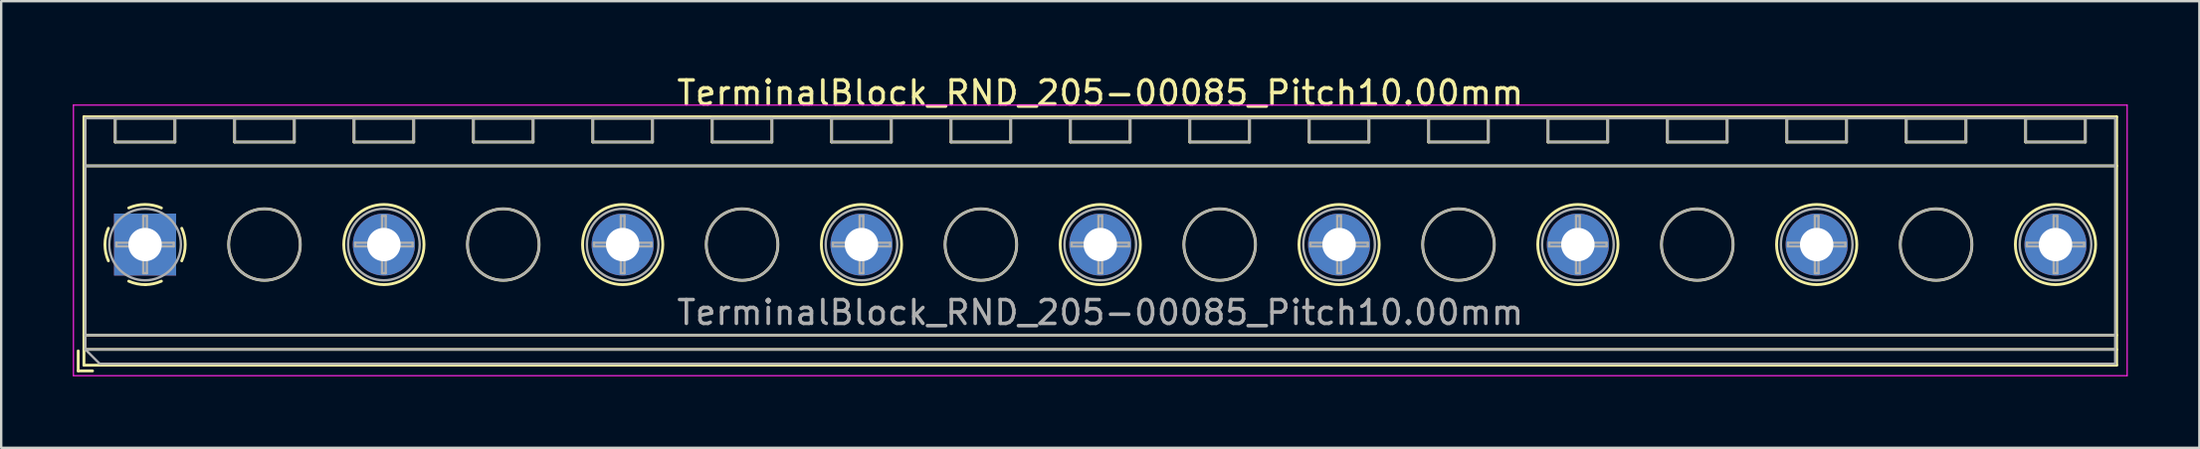
<source format=kicad_pcb>
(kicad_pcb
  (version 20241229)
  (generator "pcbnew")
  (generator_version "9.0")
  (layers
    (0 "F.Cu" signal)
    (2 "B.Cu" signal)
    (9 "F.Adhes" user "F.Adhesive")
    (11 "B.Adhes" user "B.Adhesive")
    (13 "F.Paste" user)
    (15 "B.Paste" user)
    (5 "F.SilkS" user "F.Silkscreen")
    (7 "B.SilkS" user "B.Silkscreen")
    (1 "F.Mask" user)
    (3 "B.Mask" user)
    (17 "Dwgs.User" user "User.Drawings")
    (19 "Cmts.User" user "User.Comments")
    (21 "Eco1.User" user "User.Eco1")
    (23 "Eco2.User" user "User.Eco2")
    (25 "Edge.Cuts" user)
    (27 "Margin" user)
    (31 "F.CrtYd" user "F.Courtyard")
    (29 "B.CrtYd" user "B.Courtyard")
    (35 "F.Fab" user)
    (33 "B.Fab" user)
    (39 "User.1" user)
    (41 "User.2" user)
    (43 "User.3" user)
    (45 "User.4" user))
  (footprint "TerminalBlock_RND_205-00085_Pitch10.00mm"
    (layer "F.Cu")
    (at 3.025 7.208)
    (property "Reference" "TerminalBlock_RND_205-00085_Pitch10.00mm" (at 40 -6.36 0) (layer "F.SilkS") (effects (font (size 1 1) (thickness 0.15))))
    (attr through_hole)
    (fp_line (start -2.8 4.46) (end -2.8 5.3) (stroke (width 0.12) (type solid)) (layer "F.SilkS"))
    (fp_line (start -2.8 5.3) (end -2.2 5.3) (stroke (width 0.12) (type solid)) (layer "F.SilkS"))
    (fp_line (start -2.56 -5.36) (end -2.56 5.06) (stroke (width 0.12) (type solid)) (layer "F.SilkS"))
    (fp_line (start -2.56 -3.3) (end 82.56 -3.3) (stroke (width 0.12) (type solid)) (layer "F.SilkS"))
    (fp_line (start -2.56 3.8) (end 82.56 3.8) (stroke (width 0.12) (type solid)) (layer "F.SilkS"))
    (fp_line (start -2.56 4.4) (end 82.56 4.4) (stroke (width 0.12) (type solid)) (layer "F.SilkS"))
    (fp_line (start -2.56 5.06) (end 82.56 5.06) (stroke (width 0.12) (type solid)) (layer "F.SilkS"))
    (fp_line (start -1.25 -5.301) (end -1.25 -4.301) (stroke (width 0.12) (type solid)) (layer "F.SilkS"))
    (fp_line (start -1.25 -5.301) (end 1.25 -5.301) (stroke (width 0.12) (type solid)) (layer "F.SilkS"))
    (fp_line (start -1.25 -4.301) (end 1.25 -4.301) (stroke (width 0.12) (type solid)) (layer "F.SilkS"))
    (fp_line (start 1.25 -5.301) (end 1.25 -4.301) (stroke (width 0.12) (type solid)) (layer "F.SilkS"))
    (fp_line (start 3.75 -5.301) (end 3.75 -4.301) (stroke (width 0.12) (type solid)) (layer "F.SilkS"))
    (fp_line (start 3.75 -5.301) (end 6.25 -5.301) (stroke (width 0.12) (type solid)) (layer "F.SilkS"))
    (fp_line (start 3.75 -4.301) (end 6.25 -4.301) (stroke (width 0.12) (type solid)) (layer "F.SilkS"))
    (fp_line (start 6.25 -5.301) (end 6.25 -4.301) (stroke (width 0.12) (type solid)) (layer "F.SilkS"))
    (fp_line (start 8.75 -5.301) (end 8.75 -4.301) (stroke (width 0.12) (type solid)) (layer "F.SilkS"))
    (fp_line (start 8.75 -5.301) (end 11.25 -5.301) (stroke (width 0.12) (type solid)) (layer "F.SilkS"))
    (fp_line (start 8.75 -4.301) (end 11.25 -4.301) (stroke (width 0.12) (type solid)) (layer "F.SilkS"))
    (fp_line (start 11.25 -5.301) (end 11.25 -4.301) (stroke (width 0.12) (type solid)) (layer "F.SilkS"))
    (fp_line (start 13.75 -5.301) (end 13.75 -4.301) (stroke (width 0.12) (type solid)) (layer "F.SilkS"))
    (fp_line (start 13.75 -5.301) (end 16.25 -5.301) (stroke (width 0.12) (type solid)) (layer "F.SilkS"))
    (fp_line (start 13.75 -4.301) (end 16.25 -4.301) (stroke (width 0.12) (type solid)) (layer "F.SilkS"))
    (fp_line (start 16.25 -5.301) (end 16.25 -4.301) (stroke (width 0.12) (type solid)) (layer "F.SilkS"))
    (fp_line (start 18.75 -5.301) (end 18.75 -4.301) (stroke (width 0.12) (type solid)) (layer "F.SilkS"))
    (fp_line (start 18.75 -5.301) (end 21.25 -5.301) (stroke (width 0.12) (type solid)) (layer "F.SilkS"))
    (fp_line (start 18.75 -4.301) (end 21.25 -4.301) (stroke (width 0.12) (type solid)) (layer "F.SilkS"))
    (fp_line (start 21.25 -5.301) (end 21.25 -4.301) (stroke (width 0.12) (type solid)) (layer "F.SilkS"))
    (fp_line (start 23.75 -5.301) (end 23.75 -4.301) (stroke (width 0.12) (type solid)) (layer "F.SilkS"))
    (fp_line (start 23.75 -5.301) (end 26.25 -5.301) (stroke (width 0.12) (type solid)) (layer "F.SilkS"))
    (fp_line (start 23.75 -4.301) (end 26.25 -4.301) (stroke (width 0.12) (type solid)) (layer "F.SilkS"))
    (fp_line (start 26.25 -5.301) (end 26.25 -4.301) (stroke (width 0.12) (type solid)) (layer "F.SilkS"))
    (fp_line (start 28.75 -5.301) (end 28.75 -4.301) (stroke (width 0.12) (type solid)) (layer "F.SilkS"))
    (fp_line (start 28.75 -5.301) (end 31.25 -5.301) (stroke (width 0.12) (type solid)) (layer "F.SilkS"))
    (fp_line (start 28.75 -4.301) (end 31.25 -4.301) (stroke (width 0.12) (type solid)) (layer "F.SilkS"))
    (fp_line (start 31.25 -5.301) (end 31.25 -4.301) (stroke (width 0.12) (type solid)) (layer "F.SilkS"))
    (fp_line (start 33.75 -5.301) (end 33.75 -4.301) (stroke (width 0.12) (type solid)) (layer "F.SilkS"))
    (fp_line (start 33.75 -5.301) (end 36.25 -5.301) (stroke (width 0.12) (type solid)) (layer "F.SilkS"))
    (fp_line (start 33.75 -4.301) (end 36.25 -4.301) (stroke (width 0.12) (type solid)) (layer "F.SilkS"))
    (fp_line (start 36.25 -5.301) (end 36.25 -4.301) (stroke (width 0.12) (type solid)) (layer "F.SilkS"))
    (fp_line (start 38.75 -5.301) (end 38.75 -4.301) (stroke (width 0.12) (type solid)) (layer "F.SilkS"))
    (fp_line (start 38.75 -5.301) (end 41.25 -5.301) (stroke (width 0.12) (type solid)) (layer "F.SilkS"))
    (fp_line (start 38.75 -4.301) (end 41.25 -4.301) (stroke (width 0.12) (type solid)) (layer "F.SilkS"))
    (fp_line (start 41.25 -5.301) (end 41.25 -4.301) (stroke (width 0.12) (type solid)) (layer "F.SilkS"))
    (fp_line (start 43.75 -5.301) (end 43.75 -4.301) (stroke (width 0.12) (type solid)) (layer "F.SilkS"))
    (fp_line (start 43.75 -5.301) (end 46.25 -5.301) (stroke (width 0.12) (type solid)) (layer "F.SilkS"))
    (fp_line (start 43.75 -4.301) (end 46.25 -4.301) (stroke (width 0.12) (type solid)) (layer "F.SilkS"))
    (fp_line (start 46.25 -5.301) (end 46.25 -4.301) (stroke (width 0.12) (type solid)) (layer "F.SilkS"))
    (fp_line (start 48.75 -5.301) (end 48.75 -4.301) (stroke (width 0.12) (type solid)) (layer "F.SilkS"))
    (fp_line (start 48.75 -5.301) (end 51.25 -5.301) (stroke (width 0.12) (type solid)) (layer "F.SilkS"))
    (fp_line (start 48.75 -4.301) (end 51.25 -4.301) (stroke (width 0.12) (type solid)) (layer "F.SilkS"))
    (fp_line (start 51.25 -5.301) (end 51.25 -4.301) (stroke (width 0.12) (type solid)) (layer "F.SilkS"))
    (fp_line (start 53.75 -5.301) (end 53.75 -4.301) (stroke (width 0.12) (type solid)) (layer "F.SilkS"))
    (fp_line (start 53.75 -5.301) (end 56.25 -5.301) (stroke (width 0.12) (type solid)) (layer "F.SilkS"))
    (fp_line (start 53.75 -4.301) (end 56.25 -4.301) (stroke (width 0.12) (type solid)) (layer "F.SilkS"))
    (fp_line (start 56.25 -5.301) (end 56.25 -4.301) (stroke (width 0.12) (type solid)) (layer "F.SilkS"))
    (fp_line (start 58.75 -5.301) (end 58.75 -4.301) (stroke (width 0.12) (type solid)) (layer "F.SilkS"))
    (fp_line (start 58.75 -5.301) (end 61.25 -5.301) (stroke (width 0.12) (type solid)) (layer "F.SilkS"))
    (fp_line (start 58.75 -4.301) (end 61.25 -4.301) (stroke (width 0.12) (type solid)) (layer "F.SilkS"))
    (fp_line (start 61.25 -5.301) (end 61.25 -4.301) (stroke (width 0.12) (type solid)) (layer "F.SilkS"))
    (fp_line (start 63.75 -5.301) (end 63.75 -4.301) (stroke (width 0.12) (type solid)) (layer "F.SilkS"))
    (fp_line (start 63.75 -5.301) (end 66.25 -5.301) (stroke (width 0.12) (type solid)) (layer "F.SilkS"))
    (fp_line (start 63.75 -4.301) (end 66.25 -4.301) (stroke (width 0.12) (type solid)) (layer "F.SilkS"))
    (fp_line (start 66.25 -5.301) (end 66.25 -4.301) (stroke (width 0.12) (type solid)) (layer "F.SilkS"))
    (fp_line (start 68.75 -5.301) (end 68.75 -4.301) (stroke (width 0.12) (type solid)) (layer "F.SilkS"))
    (fp_line (start 68.75 -5.301) (end 71.25 -5.301) (stroke (width 0.12) (type solid)) (layer "F.SilkS"))
    (fp_line (start 68.75 -4.301) (end 71.25 -4.301) (stroke (width 0.12) (type solid)) (layer "F.SilkS"))
    (fp_line (start 71.25 -5.301) (end 71.25 -4.301) (stroke (width 0.12) (type solid)) (layer "F.SilkS"))
    (fp_line (start 73.75 -5.301) (end 73.75 -4.301) (stroke (width 0.12) (type solid)) (layer "F.SilkS"))
    (fp_line (start 73.75 -5.301) (end 76.25 -5.301) (stroke (width 0.12) (type solid)) (layer "F.SilkS"))
    (fp_line (start 73.75 -4.301) (end 76.25 -4.301) (stroke (width 0.12) (type solid)) (layer "F.SilkS"))
    (fp_line (start 76.25 -5.301) (end 76.25 -4.301) (stroke (width 0.12) (type solid)) (layer "F.SilkS"))
    (fp_line (start 78.75 -5.301) (end 78.75 -4.301) (stroke (width 0.12) (type solid)) (layer "F.SilkS"))
    (fp_line (start 78.75 -5.301) (end 81.25 -5.301) (stroke (width 0.12) (type solid)) (layer "F.SilkS"))
    (fp_line (start 78.75 -4.301) (end 81.25 -4.301) (stroke (width 0.12) (type solid)) (layer "F.SilkS"))
    (fp_line (start 81.25 -5.301) (end 81.25 -4.301) (stroke (width 0.12) (type solid)) (layer "F.SilkS"))
    (fp_line (start 82.56 -5.36) (end -2.56 -5.36) (stroke (width 0.12) (type solid)) (layer "F.SilkS"))
    (fp_line (start 82.56 5.06) (end 82.56 -5.36) (stroke (width 0.12) (type solid)) (layer "F.SilkS"))
    (fp_arc (start -1.535427 0.683042) (mid -1.680501 -0.000524) (end -1.535 -0.684) (stroke (width 0.12) (type solid)) (layer "F.SilkS"))
    (fp_arc (start -0.683042 -1.535427) (mid 0.000524 -1.680501) (end 0.684 -1.535) (stroke (width 0.12) (type solid)) (layer "F.SilkS"))
    (fp_arc (start 0.028805 1.680253) (mid -0.335551 1.646659) (end -0.684 1.535) (stroke (width 0.12) (type solid)) (layer "F.SilkS"))
    (fp_arc (start 0.683318 1.534756) (mid 0.349292 1.643288) (end 0 1.68) (stroke (width 0.12) (type solid)) (layer "F.SilkS"))
    (fp_arc (start 1.535427 -0.683042) (mid 1.680501 0.000524) (end 1.535 0.684) (stroke (width 0.12) (type solid)) (layer "F.SilkS"))
    (fp_circle (center 5 0) (end 6.5 0) (stroke (width 0.12) (type solid)) (fill no) (layer "F.SilkS"))
    (fp_circle (center 10 0) (end 11.68 0) (stroke (width 0.12) (type solid)) (fill no) (layer "F.SilkS"))
    (fp_circle (center 15 0) (end 16.5 0) (stroke (width 0.12) (type solid)) (fill no) (layer "F.SilkS"))
    (fp_circle (center 20 0) (end 21.68 0) (stroke (width 0.12) (type solid)) (fill no) (layer "F.SilkS"))
    (fp_circle (center 25 0) (end 26.5 0) (stroke (width 0.12) (type solid)) (fill no) (layer "F.SilkS"))
    (fp_circle (center 30 0) (end 31.68 0) (stroke (width 0.12) (type solid)) (fill no) (layer "F.SilkS"))
    (fp_circle (center 35 0) (end 36.5 0) (stroke (width 0.12) (type solid)) (fill no) (layer "F.SilkS"))
    (fp_circle (center 40 0) (end 41.68 0) (stroke (width 0.12) (type solid)) (fill no) (layer "F.SilkS"))
    (fp_circle (center 45 0) (end 46.5 0) (stroke (width 0.12) (type solid)) (fill no) (layer "F.SilkS"))
    (fp_circle (center 50 0) (end 51.68 0) (stroke (width 0.12) (type solid)) (fill no) (layer "F.SilkS"))
    (fp_circle (center 55 0) (end 56.5 0) (stroke (width 0.12) (type solid)) (fill no) (layer "F.SilkS"))
    (fp_circle (center 60 0) (end 61.68 0) (stroke (width 0.12) (type solid)) (fill no) (layer "F.SilkS"))
    (fp_circle (center 65 0) (end 66.5 0) (stroke (width 0.12) (type solid)) (fill no) (layer "F.SilkS"))
    (fp_circle (center 70 0) (end 71.68 0) (stroke (width 0.12) (type solid)) (fill no) (layer "F.SilkS"))
    (fp_circle (center 75 0) (end 76.5 0) (stroke (width 0.12) (type solid)) (fill no) (layer "F.SilkS"))
    (fp_circle (center 80 0) (end 81.68 0) (stroke (width 0.12) (type solid)) (fill no) (layer "F.SilkS"))
    (fp_line (start -3 -5.85) (end -3 5.5) (stroke (width 0.05) (type solid)) (layer "F.CrtYd"))
    (fp_line (start -3 5.5) (end 83 5.5) (stroke (width 0.05) (type solid)) (layer "F.CrtYd"))
    (fp_line (start 83 -5.85) (end -3 -5.85) (stroke (width 0.05) (type solid)) (layer "F.CrtYd"))
    (fp_line (start 83 5.5) (end 83 -5.85) (stroke (width 0.05) (type solid)) (layer "F.CrtYd"))
    (fp_line (start -2.5 -5.3) (end 82.5 -5.3) (stroke (width 0.1) (type solid)) (layer "F.Fab"))
    (fp_line (start -2.5 -3.3) (end 82.5 -3.3) (stroke (width 0.1) (type solid)) (layer "F.Fab"))
    (fp_line (start -2.5 3.8) (end 82.5 3.8) (stroke (width 0.1) (type solid)) (layer "F.Fab"))
    (fp_line (start -2.5 4.4) (end -2.5 -5.3) (stroke (width 0.1) (type solid)) (layer "F.Fab"))
    (fp_line (start -2.5 4.4) (end 82.5 4.4) (stroke (width 0.1) (type solid)) (layer "F.Fab"))
    (fp_line (start -1.9 5) (end -2.5 4.4) (stroke (width 0.1) (type solid)) (layer "F.Fab"))
    (fp_line (start -1.25 -5.3) (end -1.25 -4.3) (stroke (width 0.1) (type solid)) (layer "F.Fab"))
    (fp_line (start -1.25 -4.3) (end 1.25 -4.3) (stroke (width 0.1) (type solid)) (layer "F.Fab"))
    (fp_line (start -1.201 -0.076) (end -0.076 -0.076) (stroke (width 0.1) (type solid)) (layer "F.Fab"))
    (fp_line (start -1.201 0.076) (end -1.201 -0.076) (stroke (width 0.1) (type solid)) (layer "F.Fab"))
    (fp_line (start -0.076 -1.201) (end 0.076 -1.201) (stroke (width 0.1) (type solid)) (layer "F.Fab"))
    (fp_line (start -0.076 -0.076) (end -0.076 -1.201) (stroke (width 0.1) (type solid)) (layer "F.Fab"))
    (fp_line (start -0.076 0.076) (end -1.201 0.076) (stroke (width 0.1) (type solid)) (layer "F.Fab"))
    (fp_line (start -0.076 1.201) (end -0.076 0.076) (stroke (width 0.1) (type solid)) (layer "F.Fab"))
    (fp_line (start 0.076 -1.201) (end 0.076 -0.076) (stroke (width 0.1) (type solid)) (layer "F.Fab"))
    (fp_line (start 0.076 -0.076) (end 1.201 -0.076) (stroke (width 0.1) (type solid)) (layer "F.Fab"))
    (fp_line (start 0.076 0.076) (end 0.076 1.201) (stroke (width 0.1) (type solid)) (layer "F.Fab"))
    (fp_line (start 0.076 1.201) (end -0.076 1.201) (stroke (width 0.1) (type solid)) (layer "F.Fab"))
    (fp_line (start 1.201 -0.076) (end 1.201 0.076) (stroke (width 0.1) (type solid)) (layer "F.Fab"))
    (fp_line (start 1.201 0.076) (end 0.076 0.076) (stroke (width 0.1) (type solid)) (layer "F.Fab"))
    (fp_line (start 1.25 -5.3) (end -1.25 -5.3) (stroke (width 0.1) (type solid)) (layer "F.Fab"))
    (fp_line (start 1.25 -4.3) (end 1.25 -5.3) (stroke (width 0.1) (type solid)) (layer "F.Fab"))
    (fp_line (start 3.75 -5.3) (end 3.75 -4.3) (stroke (width 0.1) (type solid)) (layer "F.Fab"))
    (fp_line (start 3.75 -4.3) (end 6.25 -4.3) (stroke (width 0.1) (type solid)) (layer "F.Fab"))
    (fp_line (start 6.25 -5.3) (end 3.75 -5.3) (stroke (width 0.1) (type solid)) (layer "F.Fab"))
    (fp_line (start 6.25 -4.3) (end 6.25 -5.3) (stroke (width 0.1) (type solid)) (layer "F.Fab"))
    (fp_line (start 8.75 -5.3) (end 8.75 -4.3) (stroke (width 0.1) (type solid)) (layer "F.Fab"))
    (fp_line (start 8.75 -4.3) (end 11.25 -4.3) (stroke (width 0.1) (type solid)) (layer "F.Fab"))
    (fp_line (start 8.799 -0.076) (end 9.924 -0.076) (stroke (width 0.1) (type solid)) (layer "F.Fab"))
    (fp_line (start 8.799 0.076) (end 8.799 -0.076) (stroke (width 0.1) (type solid)) (layer "F.Fab"))
    (fp_line (start 9.924 -1.201) (end 10.076 -1.201) (stroke (width 0.1) (type solid)) (layer "F.Fab"))
    (fp_line (start 9.924 -0.076) (end 9.924 -1.201) (stroke (width 0.1) (type solid)) (layer "F.Fab"))
    (fp_line (start 9.924 0.076) (end 8.799 0.076) (stroke (width 0.1) (type solid)) (layer "F.Fab"))
    (fp_line (start 9.924 1.201) (end 9.924 0.076) (stroke (width 0.1) (type solid)) (layer "F.Fab"))
    (fp_line (start 10.076 -1.201) (end 10.076 -0.076) (stroke (width 0.1) (type solid)) (layer "F.Fab"))
    (fp_line (start 10.076 -0.076) (end 11.201 -0.076) (stroke (width 0.1) (type solid)) (layer "F.Fab"))
    (fp_line (start 10.076 0.076) (end 10.076 1.201) (stroke (width 0.1) (type solid)) (layer "F.Fab"))
    (fp_line (start 10.076 1.201) (end 9.924 1.201) (stroke (width 0.1) (type solid)) (layer "F.Fab"))
    (fp_line (start 11.201 -0.076) (end 11.201 0.076) (stroke (width 0.1) (type solid)) (layer "F.Fab"))
    (fp_line (start 11.201 0.076) (end 10.076 0.076) (stroke (width 0.1) (type solid)) (layer "F.Fab"))
    (fp_line (start 11.25 -5.3) (end 8.75 -5.3) (stroke (width 0.1) (type solid)) (layer "F.Fab"))
    (fp_line (start 11.25 -4.3) (end 11.25 -5.3) (stroke (width 0.1) (type solid)) (layer "F.Fab"))
    (fp_line (start 13.75 -5.3) (end 13.75 -4.3) (stroke (width 0.1) (type solid)) (layer "F.Fab"))
    (fp_line (start 13.75 -4.3) (end 16.25 -4.3) (stroke (width 0.1) (type solid)) (layer "F.Fab"))
    (fp_line (start 16.25 -5.3) (end 13.75 -5.3) (stroke (width 0.1) (type solid)) (layer "F.Fab"))
    (fp_line (start 16.25 -4.3) (end 16.25 -5.3) (stroke (width 0.1) (type solid)) (layer "F.Fab"))
    (fp_line (start 18.75 -5.3) (end 18.75 -4.3) (stroke (width 0.1) (type solid)) (layer "F.Fab"))
    (fp_line (start 18.75 -4.3) (end 21.25 -4.3) (stroke (width 0.1) (type solid)) (layer "F.Fab"))
    (fp_line (start 18.799 -0.076) (end 19.924 -0.076) (stroke (width 0.1) (type solid)) (layer "F.Fab"))
    (fp_line (start 18.799 0.076) (end 18.799 -0.076) (stroke (width 0.1) (type solid)) (layer "F.Fab"))
    (fp_line (start 19.924 -1.201) (end 20.076 -1.201) (stroke (width 0.1) (type solid)) (layer "F.Fab"))
    (fp_line (start 19.924 -0.076) (end 19.924 -1.201) (stroke (width 0.1) (type solid)) (layer "F.Fab"))
    (fp_line (start 19.924 0.076) (end 18.799 0.076) (stroke (width 0.1) (type solid)) (layer "F.Fab"))
    (fp_line (start 19.924 1.201) (end 19.924 0.076) (stroke (width 0.1) (type solid)) (layer "F.Fab"))
    (fp_line (start 20.076 -1.201) (end 20.076 -0.076) (stroke (width 0.1) (type solid)) (layer "F.Fab"))
    (fp_line (start 20.076 -0.076) (end 21.201 -0.076) (stroke (width 0.1) (type solid)) (layer "F.Fab"))
    (fp_line (start 20.076 0.076) (end 20.076 1.201) (stroke (width 0.1) (type solid)) (layer "F.Fab"))
    (fp_line (start 20.076 1.201) (end 19.924 1.201) (stroke (width 0.1) (type solid)) (layer "F.Fab"))
    (fp_line (start 21.201 -0.076) (end 21.201 0.076) (stroke (width 0.1) (type solid)) (layer "F.Fab"))
    (fp_line (start 21.201 0.076) (end 20.076 0.076) (stroke (width 0.1) (type solid)) (layer "F.Fab"))
    (fp_line (start 21.25 -5.3) (end 18.75 -5.3) (stroke (width 0.1) (type solid)) (layer "F.Fab"))
    (fp_line (start 21.25 -4.3) (end 21.25 -5.3) (stroke (width 0.1) (type solid)) (layer "F.Fab"))
    (fp_line (start 23.75 -5.3) (end 23.75 -4.3) (stroke (width 0.1) (type solid)) (layer "F.Fab"))
    (fp_line (start 23.75 -4.3) (end 26.25 -4.3) (stroke (width 0.1) (type solid)) (layer "F.Fab"))
    (fp_line (start 26.25 -5.3) (end 23.75 -5.3) (stroke (width 0.1) (type solid)) (layer "F.Fab"))
    (fp_line (start 26.25 -4.3) (end 26.25 -5.3) (stroke (width 0.1) (type solid)) (layer "F.Fab"))
    (fp_line (start 28.75 -5.3) (end 28.75 -4.3) (stroke (width 0.1) (type solid)) (layer "F.Fab"))
    (fp_line (start 28.75 -4.3) (end 31.25 -4.3) (stroke (width 0.1) (type solid)) (layer "F.Fab"))
    (fp_line (start 28.799 -0.076) (end 29.924 -0.076) (stroke (width 0.1) (type solid)) (layer "F.Fab"))
    (fp_line (start 28.799 0.076) (end 28.799 -0.076) (stroke (width 0.1) (type solid)) (layer "F.Fab"))
    (fp_line (start 29.924 -1.201) (end 30.076 -1.201) (stroke (width 0.1) (type solid)) (layer "F.Fab"))
    (fp_line (start 29.924 -0.076) (end 29.924 -1.201) (stroke (width 0.1) (type solid)) (layer "F.Fab"))
    (fp_line (start 29.924 0.076) (end 28.799 0.076) (stroke (width 0.1) (type solid)) (layer "F.Fab"))
    (fp_line (start 29.924 1.201) (end 29.924 0.076) (stroke (width 0.1) (type solid)) (layer "F.Fab"))
    (fp_line (start 30.076 -1.201) (end 30.076 -0.076) (stroke (width 0.1) (type solid)) (layer "F.Fab"))
    (fp_line (start 30.076 -0.076) (end 31.201 -0.076) (stroke (width 0.1) (type solid)) (layer "F.Fab"))
    (fp_line (start 30.076 0.076) (end 30.076 1.201) (stroke (width 0.1) (type solid)) (layer "F.Fab"))
    (fp_line (start 30.076 1.201) (end 29.924 1.201) (stroke (width 0.1) (type solid)) (layer "F.Fab"))
    (fp_line (start 31.201 -0.076) (end 31.201 0.076) (stroke (width 0.1) (type solid)) (layer "F.Fab"))
    (fp_line (start 31.201 0.076) (end 30.076 0.076) (stroke (width 0.1) (type solid)) (layer "F.Fab"))
    (fp_line (start 31.25 -5.3) (end 28.75 -5.3) (stroke (width 0.1) (type solid)) (layer "F.Fab"))
    (fp_line (start 31.25 -4.3) (end 31.25 -5.3) (stroke (width 0.1) (type solid)) (layer "F.Fab"))
    (fp_line (start 33.75 -5.3) (end 33.75 -4.3) (stroke (width 0.1) (type solid)) (layer "F.Fab"))
    (fp_line (start 33.75 -4.3) (end 36.25 -4.3) (stroke (width 0.1) (type solid)) (layer "F.Fab"))
    (fp_line (start 36.25 -5.3) (end 33.75 -5.3) (stroke (width 0.1) (type solid)) (layer "F.Fab"))
    (fp_line (start 36.25 -4.3) (end 36.25 -5.3) (stroke (width 0.1) (type solid)) (layer "F.Fab"))
    (fp_line (start 38.75 -5.3) (end 38.75 -4.3) (stroke (width 0.1) (type solid)) (layer "F.Fab"))
    (fp_line (start 38.75 -4.3) (end 41.25 -4.3) (stroke (width 0.1) (type solid)) (layer "F.Fab"))
    (fp_line (start 38.799 -0.076) (end 39.924 -0.076) (stroke (width 0.1) (type solid)) (layer "F.Fab"))
    (fp_line (start 38.799 0.076) (end 38.799 -0.076) (stroke (width 0.1) (type solid)) (layer "F.Fab"))
    (fp_line (start 39.924 -1.201) (end 40.076 -1.201) (stroke (width 0.1) (type solid)) (layer "F.Fab"))
    (fp_line (start 39.924 -0.076) (end 39.924 -1.201) (stroke (width 0.1) (type solid)) (layer "F.Fab"))
    (fp_line (start 39.924 0.076) (end 38.799 0.076) (stroke (width 0.1) (type solid)) (layer "F.Fab"))
    (fp_line (start 39.924 1.201) (end 39.924 0.076) (stroke (width 0.1) (type solid)) (layer "F.Fab"))
    (fp_line (start 40.076 -1.201) (end 40.076 -0.076) (stroke (width 0.1) (type solid)) (layer "F.Fab"))
    (fp_line (start 40.076 -0.076) (end 41.201 -0.076) (stroke (width 0.1) (type solid)) (layer "F.Fab"))
    (fp_line (start 40.076 0.076) (end 40.076 1.201) (stroke (width 0.1) (type solid)) (layer "F.Fab"))
    (fp_line (start 40.076 1.201) (end 39.924 1.201) (stroke (width 0.1) (type solid)) (layer "F.Fab"))
    (fp_line (start 41.201 -0.076) (end 41.201 0.076) (stroke (width 0.1) (type solid)) (layer "F.Fab"))
    (fp_line (start 41.201 0.076) (end 40.076 0.076) (stroke (width 0.1) (type solid)) (layer "F.Fab"))
    (fp_line (start 41.25 -5.3) (end 38.75 -5.3) (stroke (width 0.1) (type solid)) (layer "F.Fab"))
    (fp_line (start 41.25 -4.3) (end 41.25 -5.3) (stroke (width 0.1) (type solid)) (layer "F.Fab"))
    (fp_line (start 43.75 -5.3) (end 43.75 -4.3) (stroke (width 0.1) (type solid)) (layer "F.Fab"))
    (fp_line (start 43.75 -4.3) (end 46.25 -4.3) (stroke (width 0.1) (type solid)) (layer "F.Fab"))
    (fp_line (start 46.25 -5.3) (end 43.75 -5.3) (stroke (width 0.1) (type solid)) (layer "F.Fab"))
    (fp_line (start 46.25 -4.3) (end 46.25 -5.3) (stroke (width 0.1) (type solid)) (layer "F.Fab"))
    (fp_line (start 48.75 -5.3) (end 48.75 -4.3) (stroke (width 0.1) (type solid)) (layer "F.Fab"))
    (fp_line (start 48.75 -4.3) (end 51.25 -4.3) (stroke (width 0.1) (type solid)) (layer "F.Fab"))
    (fp_line (start 48.799 -0.076) (end 49.924 -0.076) (stroke (width 0.1) (type solid)) (layer "F.Fab"))
    (fp_line (start 48.799 0.076) (end 48.799 -0.076) (stroke (width 0.1) (type solid)) (layer "F.Fab"))
    (fp_line (start 49.924 -1.201) (end 50.076 -1.201) (stroke (width 0.1) (type solid)) (layer "F.Fab"))
    (fp_line (start 49.924 -0.076) (end 49.924 -1.201) (stroke (width 0.1) (type solid)) (layer "F.Fab"))
    (fp_line (start 49.924 0.076) (end 48.799 0.076) (stroke (width 0.1) (type solid)) (layer "F.Fab"))
    (fp_line (start 49.924 1.201) (end 49.924 0.076) (stroke (width 0.1) (type solid)) (layer "F.Fab"))
    (fp_line (start 50.076 -1.201) (end 50.076 -0.076) (stroke (width 0.1) (type solid)) (layer "F.Fab"))
    (fp_line (start 50.076 -0.076) (end 51.201 -0.076) (stroke (width 0.1) (type solid)) (layer "F.Fab"))
    (fp_line (start 50.076 0.076) (end 50.076 1.201) (stroke (width 0.1) (type solid)) (layer "F.Fab"))
    (fp_line (start 50.076 1.201) (end 49.924 1.201) (stroke (width 0.1) (type solid)) (layer "F.Fab"))
    (fp_line (start 51.201 -0.076) (end 51.201 0.076) (stroke (width 0.1) (type solid)) (layer "F.Fab"))
    (fp_line (start 51.201 0.076) (end 50.076 0.076) (stroke (width 0.1) (type solid)) (layer "F.Fab"))
    (fp_line (start 51.25 -5.3) (end 48.75 -5.3) (stroke (width 0.1) (type solid)) (layer "F.Fab"))
    (fp_line (start 51.25 -4.3) (end 51.25 -5.3) (stroke (width 0.1) (type solid)) (layer "F.Fab"))
    (fp_line (start 53.75 -5.3) (end 53.75 -4.3) (stroke (width 0.1) (type solid)) (layer "F.Fab"))
    (fp_line (start 53.75 -4.3) (end 56.25 -4.3) (stroke (width 0.1) (type solid)) (layer "F.Fab"))
    (fp_line (start 56.25 -5.3) (end 53.75 -5.3) (stroke (width 0.1) (type solid)) (layer "F.Fab"))
    (fp_line (start 56.25 -4.3) (end 56.25 -5.3) (stroke (width 0.1) (type solid)) (layer "F.Fab"))
    (fp_line (start 58.75 -5.3) (end 58.75 -4.3) (stroke (width 0.1) (type solid)) (layer "F.Fab"))
    (fp_line (start 58.75 -4.3) (end 61.25 -4.3) (stroke (width 0.1) (type solid)) (layer "F.Fab"))
    (fp_line (start 58.799 -0.076) (end 59.924 -0.076) (stroke (width 0.1) (type solid)) (layer "F.Fab"))
    (fp_line (start 58.799 0.076) (end 58.799 -0.076) (stroke (width 0.1) (type solid)) (layer "F.Fab"))
    (fp_line (start 59.924 -1.201) (end 60.076 -1.201) (stroke (width 0.1) (type solid)) (layer "F.Fab"))
    (fp_line (start 59.924 -0.076) (end 59.924 -1.201) (stroke (width 0.1) (type solid)) (layer "F.Fab"))
    (fp_line (start 59.924 0.076) (end 58.799 0.076) (stroke (width 0.1) (type solid)) (layer "F.Fab"))
    (fp_line (start 59.924 1.201) (end 59.924 0.076) (stroke (width 0.1) (type solid)) (layer "F.Fab"))
    (fp_line (start 60.076 -1.201) (end 60.076 -0.076) (stroke (width 0.1) (type solid)) (layer "F.Fab"))
    (fp_line (start 60.076 -0.076) (end 61.201 -0.076) (stroke (width 0.1) (type solid)) (layer "F.Fab"))
    (fp_line (start 60.076 0.076) (end 60.076 1.201) (stroke (width 0.1) (type solid)) (layer "F.Fab"))
    (fp_line (start 60.076 1.201) (end 59.924 1.201) (stroke (width 0.1) (type solid)) (layer "F.Fab"))
    (fp_line (start 61.201 -0.076) (end 61.201 0.076) (stroke (width 0.1) (type solid)) (layer "F.Fab"))
    (fp_line (start 61.201 0.076) (end 60.076 0.076) (stroke (width 0.1) (type solid)) (layer "F.Fab"))
    (fp_line (start 61.25 -5.3) (end 58.75 -5.3) (stroke (width 0.1) (type solid)) (layer "F.Fab"))
    (fp_line (start 61.25 -4.3) (end 61.25 -5.3) (stroke (width 0.1) (type solid)) (layer "F.Fab"))
    (fp_line (start 63.75 -5.3) (end 63.75 -4.3) (stroke (width 0.1) (type solid)) (layer "F.Fab"))
    (fp_line (start 63.75 -4.3) (end 66.25 -4.3) (stroke (width 0.1) (type solid)) (layer "F.Fab"))
    (fp_line (start 66.25 -5.3) (end 63.75 -5.3) (stroke (width 0.1) (type solid)) (layer "F.Fab"))
    (fp_line (start 66.25 -4.3) (end 66.25 -5.3) (stroke (width 0.1) (type solid)) (layer "F.Fab"))
    (fp_line (start 68.75 -5.3) (end 68.75 -4.3) (stroke (width 0.1) (type solid)) (layer "F.Fab"))
    (fp_line (start 68.75 -4.3) (end 71.25 -4.3) (stroke (width 0.1) (type solid)) (layer "F.Fab"))
    (fp_line (start 68.799 -0.076) (end 69.924 -0.076) (stroke (width 0.1) (type solid)) (layer "F.Fab"))
    (fp_line (start 68.799 0.076) (end 68.799 -0.076) (stroke (width 0.1) (type solid)) (layer "F.Fab"))
    (fp_line (start 69.924 -1.201) (end 70.076 -1.201) (stroke (width 0.1) (type solid)) (layer "F.Fab"))
    (fp_line (start 69.924 -0.076) (end 69.924 -1.201) (stroke (width 0.1) (type solid)) (layer "F.Fab"))
    (fp_line (start 69.924 0.076) (end 68.799 0.076) (stroke (width 0.1) (type solid)) (layer "F.Fab"))
    (fp_line (start 69.924 1.201) (end 69.924 0.076) (stroke (width 0.1) (type solid)) (layer "F.Fab"))
    (fp_line (start 70.076 -1.201) (end 70.076 -0.076) (stroke (width 0.1) (type solid)) (layer "F.Fab"))
    (fp_line (start 70.076 -0.076) (end 71.201 -0.076) (stroke (width 0.1) (type solid)) (layer "F.Fab"))
    (fp_line (start 70.076 0.076) (end 70.076 1.201) (stroke (width 0.1) (type solid)) (layer "F.Fab"))
    (fp_line (start 70.076 1.201) (end 69.924 1.201) (stroke (width 0.1) (type solid)) (layer "F.Fab"))
    (fp_line (start 71.201 -0.076) (end 71.201 0.076) (stroke (width 0.1) (type solid)) (layer "F.Fab"))
    (fp_line (start 71.201 0.076) (end 70.076 0.076) (stroke (width 0.1) (type solid)) (layer "F.Fab"))
    (fp_line (start 71.25 -5.3) (end 68.75 -5.3) (stroke (width 0.1) (type solid)) (layer "F.Fab"))
    (fp_line (start 71.25 -4.3) (end 71.25 -5.3) (stroke (width 0.1) (type solid)) (layer "F.Fab"))
    (fp_line (start 73.75 -5.3) (end 73.75 -4.3) (stroke (width 0.1) (type solid)) (layer "F.Fab"))
    (fp_line (start 73.75 -4.3) (end 76.25 -4.3) (stroke (width 0.1) (type solid)) (layer "F.Fab"))
    (fp_line (start 76.25 -5.3) (end 73.75 -5.3) (stroke (width 0.1) (type solid)) (layer "F.Fab"))
    (fp_line (start 76.25 -4.3) (end 76.25 -5.3) (stroke (width 0.1) (type solid)) (layer "F.Fab"))
    (fp_line (start 78.75 -5.3) (end 78.75 -4.3) (stroke (width 0.1) (type solid)) (layer "F.Fab"))
    (fp_line (start 78.75 -4.3) (end 81.25 -4.3) (stroke (width 0.1) (type solid)) (layer "F.Fab"))
    (fp_line (start 78.799 -0.076) (end 79.924 -0.076) (stroke (width 0.1) (type solid)) (layer "F.Fab"))
    (fp_line (start 78.799 0.076) (end 78.799 -0.076) (stroke (width 0.1) (type solid)) (layer "F.Fab"))
    (fp_line (start 79.924 -1.201) (end 80.076 -1.201) (stroke (width 0.1) (type solid)) (layer "F.Fab"))
    (fp_line (start 79.924 -0.076) (end 79.924 -1.201) (stroke (width 0.1) (type solid)) (layer "F.Fab"))
    (fp_line (start 79.924 0.076) (end 78.799 0.076) (stroke (width 0.1) (type solid)) (layer "F.Fab"))
    (fp_line (start 79.924 1.201) (end 79.924 0.076) (stroke (width 0.1) (type solid)) (layer "F.Fab"))
    (fp_line (start 80.076 -1.201) (end 80.076 -0.076) (stroke (width 0.1) (type solid)) (layer "F.Fab"))
    (fp_line (start 80.076 -0.076) (end 81.201 -0.076) (stroke (width 0.1) (type solid)) (layer "F.Fab"))
    (fp_line (start 80.076 0.076) (end 80.076 1.201) (stroke (width 0.1) (type solid)) (layer "F.Fab"))
    (fp_line (start 80.076 1.201) (end 79.924 1.201) (stroke (width 0.1) (type solid)) (layer "F.Fab"))
    (fp_line (start 81.201 -0.076) (end 81.201 0.076) (stroke (width 0.1) (type solid)) (layer "F.Fab"))
    (fp_line (start 81.201 0.076) (end 80.076 0.076) (stroke (width 0.1) (type solid)) (layer "F.Fab"))
    (fp_line (start 81.25 -5.3) (end 78.75 -5.3) (stroke (width 0.1) (type solid)) (layer "F.Fab"))
    (fp_line (start 81.25 -4.3) (end 81.25 -5.3) (stroke (width 0.1) (type solid)) (layer "F.Fab"))
    (fp_line (start 82.5 -5.3) (end 82.5 5) (stroke (width 0.1) (type solid)) (layer "F.Fab"))
    (fp_line (start 82.5 5) (end -1.9 5) (stroke (width 0.1) (type solid)) (layer "F.Fab"))
    (fp_circle (center 0 0) (end 1.5 0) (stroke (width 0.1) (type solid)) (fill no) (layer "F.Fab"))
    (fp_circle (center 5 0) (end 6.5 0) (stroke (width 0.1) (type solid)) (fill no) (layer "F.Fab"))
    (fp_circle (center 10 0) (end 11.5 0) (stroke (width 0.1) (type solid)) (fill no) (layer "F.Fab"))
    (fp_circle (center 15 0) (end 16.5 0) (stroke (width 0.1) (type solid)) (fill no) (layer "F.Fab"))
    (fp_circle (center 20 0) (end 21.5 0) (stroke (width 0.1) (type solid)) (fill no) (layer "F.Fab"))
    (fp_circle (center 25 0) (end 26.5 0) (stroke (width 0.1) (type solid)) (fill no) (layer "F.Fab"))
    (fp_circle (center 30 0) (end 31.5 0) (stroke (width 0.1) (type solid)) (fill no) (layer "F.Fab"))
    (fp_circle (center 35 0) (end 36.5 0) (stroke (width 0.1) (type solid)) (fill no) (layer "F.Fab"))
    (fp_circle (center 40 0) (end 41.5 0) (stroke (width 0.1) (type solid)) (fill no) (layer "F.Fab"))
    (fp_circle (center 45 0) (end 46.5 0) (stroke (width 0.1) (type solid)) (fill no) (layer "F.Fab"))
    (fp_circle (center 50 0) (end 51.5 0) (stroke (width 0.1) (type solid)) (fill no) (layer "F.Fab"))
    (fp_circle (center 55 0) (end 56.5 0) (stroke (width 0.1) (type solid)) (fill no) (layer "F.Fab"))
    (fp_circle (center 60 0) (end 61.5 0) (stroke (width 0.1) (type solid)) (fill no) (layer "F.Fab"))
    (fp_circle (center 65 0) (end 66.5 0) (stroke (width 0.1) (type solid)) (fill no) (layer "F.Fab"))
    (fp_circle (center 70 0) (end 71.5 0) (stroke (width 0.1) (type solid)) (fill no) (layer "F.Fab"))
    (fp_circle (center 75 0) (end 76.5 0) (stroke (width 0.1) (type solid)) (fill no) (layer "F.Fab"))
    (fp_circle (center 80 0) (end 81.5 0) (stroke (width 0.1) (type solid)) (fill no) (layer "F.Fab"))
    (fp_text user "${REFERENCE}" (at 40 2.85 0) (layer "F.Fab") (effects (font (size 1 1) (thickness 0.15))))
    (pad "1" thru_hole rect (at 0 0) (size 2.6 2.6) (drill 1.4) (layers "*.Cu" "*.Mask"))
    (pad "2" thru_hole circle (at 10 0) (size 2.6 2.6) (drill 1.4) (layers "*.Cu" "*.Mask"))
    (pad "3" thru_hole circle (at 20 0) (size 2.6 2.6) (drill 1.4) (layers "*.Cu" "*.Mask"))
    (pad "4" thru_hole circle (at 30 0) (size 2.6 2.6) (drill 1.4) (layers "*.Cu" "*.Mask"))
    (pad "5" thru_hole circle (at 40 0) (size 2.6 2.6) (drill 1.4) (layers "*.Cu" "*.Mask"))
    (pad "6" thru_hole circle (at 50 0) (size 2.6 2.6) (drill 1.4) (layers "*.Cu" "*.Mask"))
    (pad "7" thru_hole circle (at 60 0) (size 2.6 2.6) (drill 1.4) (layers "*.Cu" "*.Mask"))
    (pad "8" thru_hole circle (at 70 0) (size 2.6 2.6) (drill 1.4) (layers "*.Cu" "*.Mask"))
    (pad "9" thru_hole circle (at 80 0) (size 2.6 2.6) (drill 1.4) (layers "*.Cu" "*.Mask")))
  (gr_rect
    (start -3 -3)
    (end 89.05 15.733)
    (stroke (width 0.1) (type default))
    (fill no)
    (layer "Edge.Cuts")))
</source>
